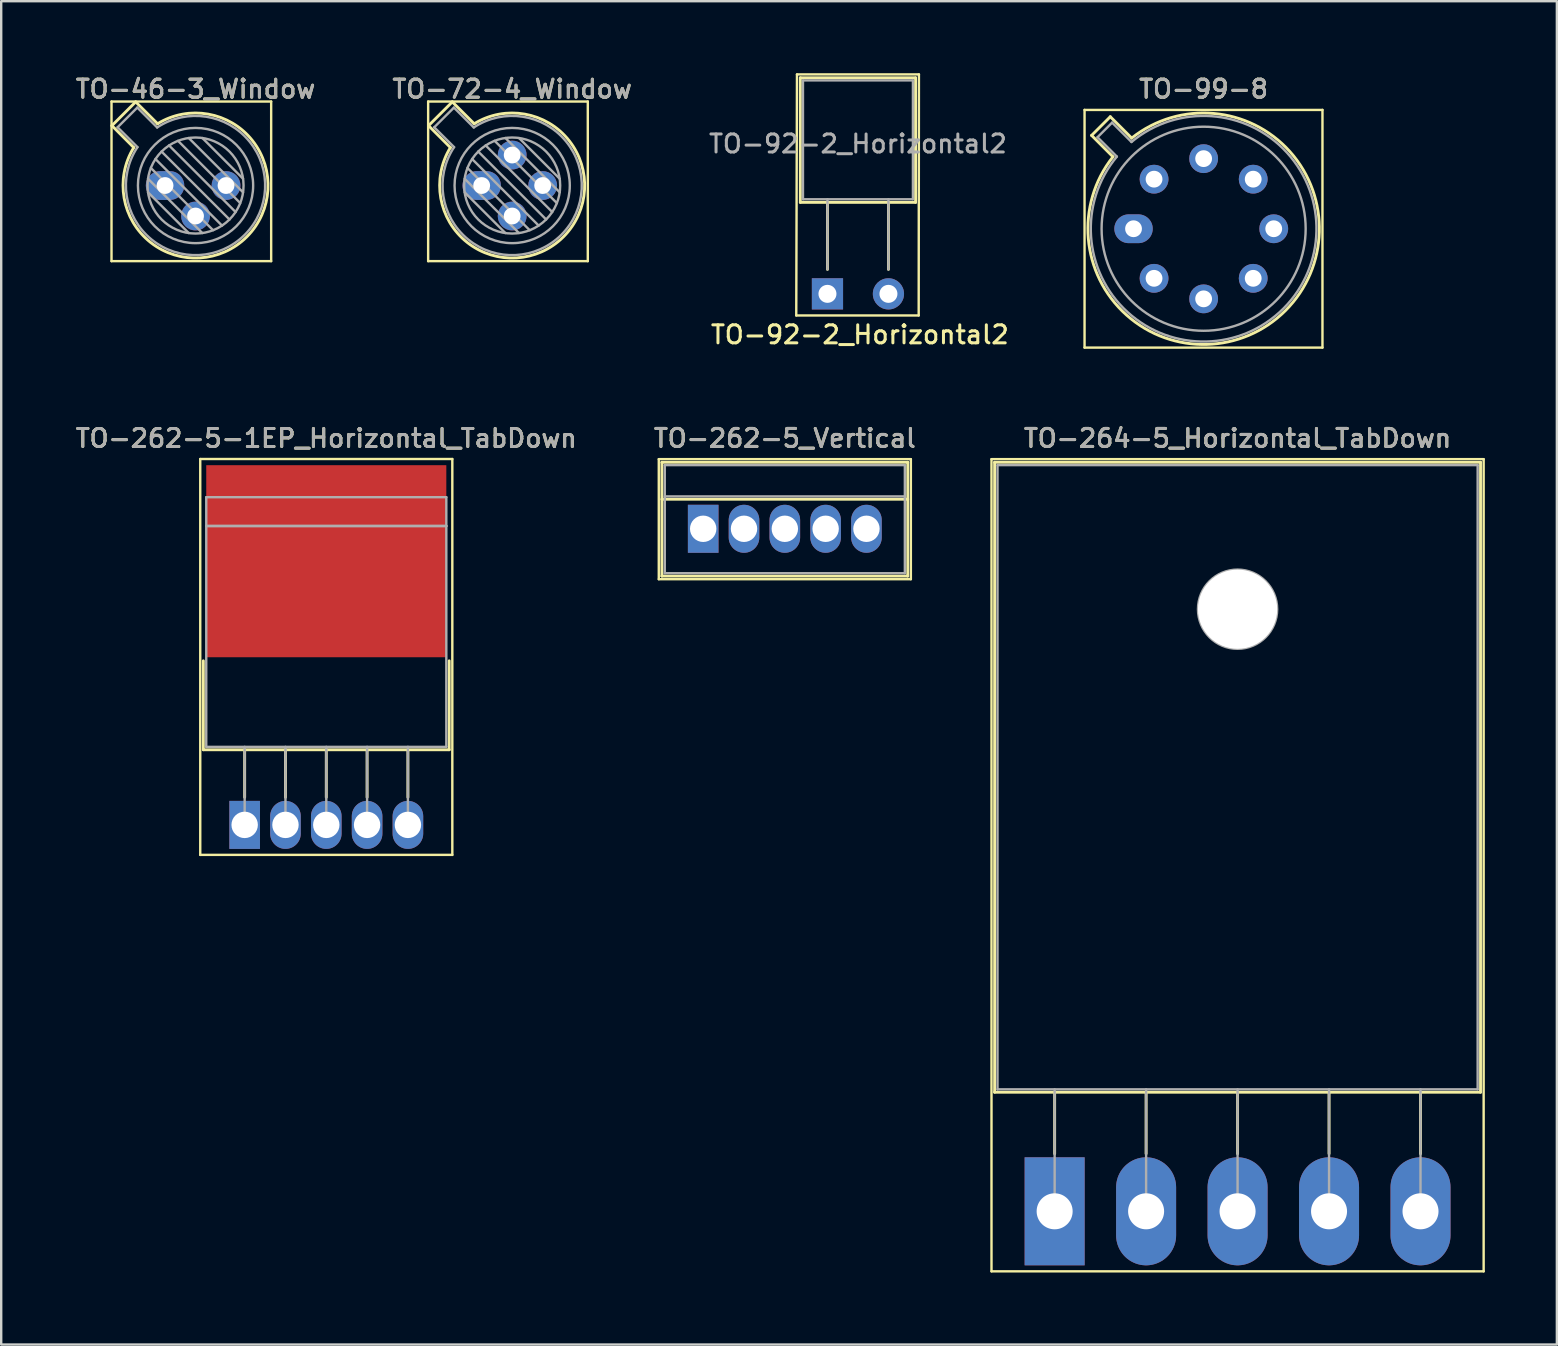
<source format=kicad_pcb>
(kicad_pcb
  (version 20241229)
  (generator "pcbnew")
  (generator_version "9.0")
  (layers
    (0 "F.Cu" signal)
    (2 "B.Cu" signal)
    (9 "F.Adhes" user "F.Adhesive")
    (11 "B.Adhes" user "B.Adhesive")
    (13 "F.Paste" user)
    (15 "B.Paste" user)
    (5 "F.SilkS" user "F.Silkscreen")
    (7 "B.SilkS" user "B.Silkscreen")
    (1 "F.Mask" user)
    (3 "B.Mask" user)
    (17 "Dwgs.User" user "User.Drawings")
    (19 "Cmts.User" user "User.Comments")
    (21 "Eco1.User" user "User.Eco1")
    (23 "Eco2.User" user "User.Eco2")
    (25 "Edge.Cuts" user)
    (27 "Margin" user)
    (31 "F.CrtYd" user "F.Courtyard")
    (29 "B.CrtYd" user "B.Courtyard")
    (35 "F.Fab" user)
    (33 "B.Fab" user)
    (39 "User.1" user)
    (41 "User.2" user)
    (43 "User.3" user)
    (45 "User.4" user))
  (footprint "TO-262-5_Vertical"
    (layer "F.Cu")
    (at 26.241 18.976)
    (property "Reference" "TO-262-5_Vertical" (at 3.4 -3.77 0) (layer "F.SilkS") (effects (font (size 0.75 0.75) (thickness 0.125))))
    (attr through_hole)
    (fp_line (start -1.85 -2.9) (end -1.85 2.1) (stroke (width 0.1) (type solid)) (layer "F.SilkS"))
    (fp_line (start -1.85 2.1) (end 8.65 2.1) (stroke (width 0.1) (type solid)) (layer "F.SilkS"))
    (fp_line (start -1.721 -2.77) (end -1.721 1.971) (stroke (width 0.12) (type solid)) (layer "F.SilkS"))
    (fp_line (start -1.721 -2.77) (end 8.52 -2.77) (stroke (width 0.12) (type solid)) (layer "F.SilkS"))
    (fp_line (start -1.721 -1.23) (end 8.52 -1.23) (stroke (width 0.12) (type solid)) (layer "F.SilkS"))
    (fp_line (start -1.721 1.971) (end 8.52 1.971) (stroke (width 0.12) (type solid)) (layer "F.SilkS"))
    (fp_line (start 8.52 -2.77) (end 8.52 1.971) (stroke (width 0.12) (type solid)) (layer "F.SilkS"))
    (fp_line (start 8.65 -2.9) (end -1.85 -2.9) (stroke (width 0.1) (type solid)) (layer "F.SilkS"))
    (fp_line (start 8.65 2.1) (end 8.65 -2.9) (stroke (width 0.1) (type solid)) (layer "F.SilkS"))
    (fp_line (start -1.6 -2.65) (end -1.6 1.85) (stroke (width 0.1) (type solid)) (layer "F.Fab"))
    (fp_line (start -1.6 -1.35) (end 8.4 -1.35) (stroke (width 0.1) (type solid)) (layer "F.Fab"))
    (fp_line (start -1.6 1.85) (end 8.4 1.85) (stroke (width 0.1) (type solid)) (layer "F.Fab"))
    (fp_line (start 8.4 -2.65) (end -1.6 -2.65) (stroke (width 0.1) (type solid)) (layer "F.Fab"))
    (fp_line (start 8.4 1.85) (end 8.4 -2.65) (stroke (width 0.1) (type solid)) (layer "F.Fab"))
    (fp_text user "${REFERENCE}" (at 3.4 -3.77 0) (layer "F.Fab") (effects (font (size 0.75 0.75) (thickness 0.125))))
    (pad "1" thru_hole rect (at 0 0) (size 1.275 2) (drill 1.1) (layers "*.Cu" "*.Mask"))
    (pad "2" thru_hole oval (at 1.7 0) (size 1.275 2) (drill 1.1) (layers "*.Cu" "*.Mask"))
    (pad "3" thru_hole oval (at 3.4 0) (size 1.275 2) (drill 1.1) (layers "*.Cu" "*.Mask"))
    (pad "4" thru_hole oval (at 5.1 0) (size 1.275 2) (drill 1.1) (layers "*.Cu" "*.Mask"))
    (pad "5" thru_hole oval (at 6.8 0) (size 1.275 2) (drill 1.1) (layers "*.Cu" "*.Mask")))
  (footprint "TO-264-5_Horizontal_TabDown"
    (layer "F.Cu")
    (at 40.88 47.406)
    (property "Reference" "TO-264-5_Horizontal_TabDown" (at 7.62 -32.2 0) (layer "F.SilkS") (effects (font (size 0.75 0.75) (thickness 0.125))))
    (attr through_hole)
    (fp_line (start -2.63 -31.33) (end -2.63 2.5) (stroke (width 0.1) (type solid)) (layer "F.SilkS"))
    (fp_line (start -2.63 2.5) (end 17.87 2.5) (stroke (width 0.1) (type solid)) (layer "F.SilkS"))
    (fp_line (start -2.5 -31.2) (end -2.5 -4.96) (stroke (width 0.12) (type solid)) (layer "F.SilkS"))
    (fp_line (start -2.5 -31.2) (end 17.74 -31.2) (stroke (width 0.12) (type solid)) (layer "F.SilkS"))
    (fp_line (start -2.5 -4.96) (end 17.74 -4.96) (stroke (width 0.12) (type solid)) (layer "F.SilkS"))
    (fp_line (start 0 -4.96) (end 0 -2.4) (stroke (width 0.12) (type solid)) (layer "F.SilkS"))
    (fp_line (start 3.81 -4.96) (end 3.81 -2.4) (stroke (width 0.12) (type solid)) (layer "F.SilkS"))
    (fp_line (start 7.62 -4.96) (end 7.62 -2.4) (stroke (width 0.12) (type solid)) (layer "F.SilkS"))
    (fp_line (start 11.43 -4.96) (end 11.43 -2.4) (stroke (width 0.12) (type solid)) (layer "F.SilkS"))
    (fp_line (start 15.24 -4.96) (end 15.24 -2.4) (stroke (width 0.12) (type solid)) (layer "F.SilkS"))
    (fp_line (start 17.74 -31.2) (end 17.74 -4.96) (stroke (width 0.12) (type solid)) (layer "F.SilkS"))
    (fp_line (start 17.87 -31.33) (end -2.63 -31.33) (stroke (width 0.1) (type solid)) (layer "F.SilkS"))
    (fp_line (start 17.87 2.5) (end 17.87 -31.33) (stroke (width 0.1) (type solid)) (layer "F.SilkS"))
    (fp_line (start -2.38 -31.08) (end 17.62 -31.08) (stroke (width 0.1) (type solid)) (layer "F.Fab"))
    (fp_line (start -2.38 -5.08) (end -2.38 -31.08) (stroke (width 0.1) (type solid)) (layer "F.Fab"))
    (fp_line (start 0 -5.08) (end 0 0) (stroke (width 0.1) (type solid)) (layer "F.Fab"))
    (fp_line (start 3.81 -5.08) (end 3.81 0) (stroke (width 0.1) (type solid)) (layer "F.Fab"))
    (fp_line (start 7.62 -5.08) (end 7.62 0) (stroke (width 0.1) (type solid)) (layer "F.Fab"))
    (fp_line (start 11.43 -5.08) (end 11.43 0) (stroke (width 0.1) (type solid)) (layer "F.Fab"))
    (fp_line (start 15.24 -5.08) (end 15.24 0) (stroke (width 0.1) (type solid)) (layer "F.Fab"))
    (fp_line (start 17.62 -31.08) (end 17.62 -5.08) (stroke (width 0.1) (type solid)) (layer "F.Fab"))
    (fp_line (start 17.62 -5.08) (end -2.38 -5.08) (stroke (width 0.1) (type solid)) (layer "F.Fab"))
    (fp_circle (center 7.62 -25.08) (end 9.27 -25.08) (stroke (width 0.1) (type solid)) (fill no) (layer "F.Fab"))
    (fp_text user "${REFERENCE}" (at 7.62 -32.2 0) (layer "F.Fab") (effects (font (size 0.75 0.75) (thickness 0.125))))
    (pad "" np_thru_hole circle (at 7.62 -25.08) (size 3.3 3.3) (drill 3.3) (layers "*.Cu" "*.Mask"))
    (pad "1" thru_hole rect (at 0 0) (size 2.5 4.5) (drill 1.5) (layers "*.Cu" "*.Mask"))
    (pad "2" thru_hole oval (at 3.81 0) (size 2.5 4.5) (drill 1.5) (layers "*.Cu" "*.Mask"))
    (pad "3" thru_hole oval (at 7.62 0) (size 2.5 4.5) (drill 1.5) (layers "*.Cu" "*.Mask"))
    (pad "4" thru_hole oval (at 11.43 0) (size 2.5 4.5) (drill 1.5) (layers "*.Cu" "*.Mask"))
    (pad "5" thru_hole oval (at 15.24 0) (size 2.5 4.5) (drill 1.5) (layers "*.Cu" "*.Mask")))
  (footprint "TO-99-8"
    (layer "F.Cu")
    (at 44.166 6.478)
    (property "Reference" "TO-99-8" (at 2.92 -5.82 0) (layer "F.SilkS") (effects (font (size 0.75 0.75) (thickness 0.125))))
    (attr through_hole)
    (fp_line (start -2.04 -4.95) (end -2.04 4.95) (stroke (width 0.1) (type solid)) (layer "F.SilkS"))
    (fp_line (start -2.04 4.95) (end 7.87 4.95) (stroke (width 0.1) (type solid)) (layer "F.SilkS"))
    (fp_line (start -1.746 -3.888) (end -0.855 -2.997) (stroke (width 0.12) (type solid)) (layer "F.SilkS"))
    (fp_line (start -0.968 -4.666) (end -1.746 -3.888) (stroke (width 0.12) (type solid)) (layer "F.SilkS"))
    (fp_line (start -0.077 -3.775) (end -0.968 -4.666) (stroke (width 0.12) (type solid)) (layer "F.SilkS"))
    (fp_line (start 7.87 -4.95) (end -2.04 -4.95) (stroke (width 0.1) (type solid)) (layer "F.SilkS"))
    (fp_line (start 7.87 4.95) (end 7.87 -4.95) (stroke (width 0.1) (type solid)) (layer "F.SilkS"))
    (fp_arc (start -0.077084 -3.774902) (mid 6.328255 3.408255) (end -0.854902 -2.997084) (stroke (width 0.12) (type solid)) (layer "F.SilkS"))
    (fp_line (start -1.5 -3.812) (end -0.694 -3.005) (stroke (width 0.1) (type solid)) (layer "F.Fab"))
    (fp_line (start -0.892 -4.42) (end -1.5 -3.812) (stroke (width 0.1) (type solid)) (layer "F.Fab"))
    (fp_line (start -0.085 -3.614) (end -0.892 -4.42) (stroke (width 0.1) (type solid)) (layer "F.Fab"))
    (fp_arc (start -0.085408 -3.61352) (mid 6.243402 3.323402) (end -0.69352 -3.005408) (stroke (width 0.1) (type solid)) (layer "F.Fab"))
    (fp_circle (center 2.92 0) (end 7.17 0) (stroke (width 0.1) (type solid)) (fill no) (layer "F.Fab"))
    (fp_text user "${REFERENCE}" (at 2.92 -5.82 0) (layer "F.Fab") (effects (font (size 0.75 0.75) (thickness 0.125))))
    (pad "1" thru_hole oval (at 0 0) (size 1.6 1.2) (drill 0.7) (layers "*.Cu" "*.Mask"))
    (pad "2" thru_hole circle (at 0.855 2.065) (size 1.2 1.2) (drill 0.7) (layers "*.Cu" "*.Mask"))
    (pad "3" thru_hole circle (at 2.92 2.92) (size 1.2 1.2) (drill 0.7) (layers "*.Cu" "*.Mask"))
    (pad "4" thru_hole circle (at 4.985 2.065) (size 1.2 1.2) (drill 0.7) (layers "*.Cu" "*.Mask"))
    (pad "5" thru_hole circle (at 5.84 0) (size 1.2 1.2) (drill 0.7) (layers "*.Cu" "*.Mask"))
    (pad "6" thru_hole circle (at 4.985 -2.065) (size 1.2 1.2) (drill 0.7) (layers "*.Cu" "*.Mask"))
    (pad "7" thru_hole circle (at 2.92 -2.92) (size 1.2 1.2) (drill 0.7) (layers "*.Cu" "*.Mask"))
    (pad "8" thru_hole circle (at 0.855 -2.065) (size 1.2 1.2) (drill 0.7) (layers "*.Cu" "*.Mask")))
  (footprint "TO-92-2_Horizontal2"
    (layer "F.Cu")
    (at 31.417 9.19)
    (property "Reference" "TO-92-2_Horizontal2" (at 1.35 1.7 0) (layer "F.SilkS") (effects (font (size 0.75 0.75) (thickness 0.125))))
    (attr through_hole)
    (fp_line (start -1.27 -9.14) (end -1.3 0.9) (stroke (width 0.1) (type solid)) (layer "F.SilkS"))
    (fp_line (start -1.27 -9.14) (end 3.81 -9.14) (stroke (width 0.1) (type solid)) (layer "F.SilkS"))
    (fp_line (start -1.13 -9) (end -1.13 -3.81) (stroke (width 0.12) (type solid)) (layer "F.SilkS"))
    (fp_line (start -1.13 -3.81) (end 3.67 -3.81) (stroke (width 0.12) (type solid)) (layer "F.SilkS"))
    (fp_line (start 0 -1.02) (end 0 -3.81) (stroke (width 0.12) (type solid)) (layer "F.SilkS"))
    (fp_line (start 2.54 -1.02) (end 2.54 -3.81) (stroke (width 0.12) (type solid)) (layer "F.SilkS"))
    (fp_line (start 3.67 -9) (end -1.13 -9) (stroke (width 0.12) (type solid)) (layer "F.SilkS"))
    (fp_line (start 3.67 -3.81) (end 3.67 -9) (stroke (width 0.12) (type solid)) (layer "F.SilkS"))
    (fp_line (start 3.8 0.9) (end -1.3 0.9) (stroke (width 0.1) (type solid)) (layer "F.SilkS"))
    (fp_line (start 3.8 0.9) (end 3.81 -9.14) (stroke (width 0.1) (type solid)) (layer "F.SilkS"))
    (fp_line (start -1.02 -8.89) (end -1.02 -3.94) (stroke (width 0.1) (type solid)) (layer "F.Fab"))
    (fp_line (start -1.02 -3.94) (end 3.56 -3.94) (stroke (width 0.1) (type solid)) (layer "F.Fab"))
    (fp_line (start 0 -3.94) (end 0 -1.02) (stroke (width 0.1) (type solid)) (layer "F.Fab"))
    (fp_line (start 2.54 -3.94) (end 2.54 -1.02) (stroke (width 0.1) (type solid)) (layer "F.Fab"))
    (fp_line (start 3.56 -8.89) (end -1.02 -8.89) (stroke (width 0.1) (type solid)) (layer "F.Fab"))
    (fp_line (start 3.56 -3.94) (end 3.56 -8.89) (stroke (width 0.1) (type solid)) (layer "F.Fab"))
    (fp_text user "${REFERENCE}" (at 1.27 -6.25 0) (layer "F.Fab") (effects (font (size 0.75 0.75) (thickness 0.125))))
    (pad "1" thru_hole rect (at 0 0 270) (size 1.3 1.3) (drill 0.75) (layers "*.Cu" "*.Mask"))
    (pad "2" thru_hole circle (at 2.54 0 270) (size 1.3 1.3) (drill 0.75) (layers "*.Cu" "*.Mask")))
  (footprint "TO-72-4_Window"
    (layer "F.Cu")
    (at 17.014 4.678)
    (property "Reference" "TO-72-4_Window" (at 1.27 -4.02 0) (layer "F.SilkS") (effects (font (size 0.75 0.75) (thickness 0.125))))
    (attr through_hole)
    (fp_line (start -2.23 -3.5) (end -2.23 3.15) (stroke (width 0.1) (type solid)) (layer "F.SilkS"))
    (fp_line (start -2.23 3.15) (end 4.42 3.15) (stroke (width 0.1) (type solid)) (layer "F.SilkS"))
    (fp_line (start -2.214 -2.494) (end -1.302 -1.582) (stroke (width 0.12) (type solid)) (layer "F.SilkS"))
    (fp_line (start -1.224 -3.484) (end -2.214 -2.494) (stroke (width 0.12) (type solid)) (layer "F.SilkS"))
    (fp_line (start -0.312 -2.572) (end -1.224 -3.484) (stroke (width 0.12) (type solid)) (layer "F.SilkS"))
    (fp_line (start 4.42 -3.5) (end -2.23 -3.5) (stroke (width 0.1) (type solid)) (layer "F.SilkS"))
    (fp_line (start 4.42 3.15) (end 4.42 -3.5) (stroke (width 0.1) (type solid)) (layer "F.SilkS"))
    (fp_arc (start -0.312331 -2.572281) (mid 3.405462 2.135462) (end -1.302281 -1.582331) (stroke (width 0.12) (type solid)) (layer "F.SilkS"))
    (fp_line (start -1.977 -2.426) (end -1.149 -1.599) (stroke (width 0.1) (type solid)) (layer "F.Fab"))
    (fp_line (start -1.156 -3.247) (end -1.977 -2.426) (stroke (width 0.1) (type solid)) (layer "F.Fab"))
    (fp_line (start -0.71 -0.283) (end 1.553 1.98) (stroke (width 0.1) (type solid)) (layer "F.Fab"))
    (fp_line (start -0.71 0.283) (end 0.987 1.98) (stroke (width 0.1) (type solid)) (layer "F.Fab"))
    (fp_line (start -0.592 -0.731) (end 2.001 1.862) (stroke (width 0.1) (type solid)) (layer "F.Fab"))
    (fp_line (start -0.399 -1.103) (end 2.373 1.669) (stroke (width 0.1) (type solid)) (layer "F.Fab"))
    (fp_line (start -0.329 -2.419) (end -1.156 -3.247) (stroke (width 0.1) (type solid)) (layer "F.Fab"))
    (fp_line (start -0.145 -1.415) (end 2.685 1.415) (stroke (width 0.1) (type solid)) (layer "F.Fab"))
    (fp_line (start 0.167 -1.669) (end 2.939 1.103) (stroke (width 0.1) (type solid)) (layer "F.Fab"))
    (fp_line (start 0.539 -1.862) (end 3.132 0.731) (stroke (width 0.1) (type solid)) (layer "F.Fab"))
    (fp_line (start 0.987 -1.98) (end 3.25 0.283) (stroke (width 0.1) (type solid)) (layer "F.Fab"))
    (fp_line (start 1.553 -1.98) (end 3.25 -0.283) (stroke (width 0.1) (type solid)) (layer "F.Fab"))
    (fp_arc (start -0.329057 -2.419301) (mid 3.32061 2.05061) (end -1.149301 -1.599057) (stroke (width 0.1) (type solid)) (layer "F.Fab"))
    (fp_circle (center 1.27 0) (end 3.27 0) (stroke (width 0.1) (type solid)) (fill no) (layer "F.Fab"))
    (fp_circle (center 1.27 0) (end 3.67 0) (stroke (width 0.1) (type solid)) (fill no) (layer "F.Fab"))
    (fp_text user "${REFERENCE}" (at 1.27 -4.02 0) (layer "F.Fab") (effects (font (size 0.75 0.75) (thickness 0.125))))
    (pad "1" thru_hole oval (at 0 0) (size 1.6 1.2) (drill 0.7) (layers "*.Cu" "*.Mask"))
    (pad "2" thru_hole circle (at 1.27 1.27) (size 1.2 1.2) (drill 0.7) (layers "*.Cu" "*.Mask"))
    (pad "3" thru_hole circle (at 2.54 0) (size 1.2 1.2) (drill 0.7) (layers "*.Cu" "*.Mask"))
    (pad "4" thru_hole circle (at 1.27 -1.27) (size 1.2 1.2) (drill 0.7) (layers "*.Cu" "*.Mask")))
  (footprint "TO-46-3_Window"
    (layer "F.Cu")
    (at 3.825 4.678)
    (property "Reference" "TO-46-3_Window" (at 1.27 -4.02 0) (layer "F.SilkS") (effects (font (size 0.75 0.75) (thickness 0.125))))
    (attr through_hole)
    (fp_line (start -2.23 -3.5) (end -2.23 3.15) (stroke (width 0.1) (type solid)) (layer "F.SilkS"))
    (fp_line (start -2.23 3.15) (end 4.42 3.15) (stroke (width 0.1) (type solid)) (layer "F.SilkS"))
    (fp_line (start -2.214 -2.494) (end -1.302 -1.582) (stroke (width 0.12) (type solid)) (layer "F.SilkS"))
    (fp_line (start -1.224 -3.484) (end -2.214 -2.494) (stroke (width 0.12) (type solid)) (layer "F.SilkS"))
    (fp_line (start -0.312 -2.572) (end -1.224 -3.484) (stroke (width 0.12) (type solid)) (layer "F.SilkS"))
    (fp_line (start 4.42 -3.5) (end -2.23 -3.5) (stroke (width 0.1) (type solid)) (layer "F.SilkS"))
    (fp_line (start 4.42 3.15) (end 4.42 -3.5) (stroke (width 0.1) (type solid)) (layer "F.SilkS"))
    (fp_arc (start -0.312331 -2.572281) (mid 3.405462 2.135462) (end -1.302281 -1.582331) (stroke (width 0.12) (type solid)) (layer "F.SilkS"))
    (fp_line (start -1.977 -2.426) (end -1.149 -1.599) (stroke (width 0.1) (type solid)) (layer "F.Fab"))
    (fp_line (start -1.156 -3.247) (end -1.977 -2.426) (stroke (width 0.1) (type solid)) (layer "F.Fab"))
    (fp_line (start -0.71 -0.283) (end 1.553 1.98) (stroke (width 0.1) (type solid)) (layer "F.Fab"))
    (fp_line (start -0.71 0.283) (end 0.987 1.98) (stroke (width 0.1) (type solid)) (layer "F.Fab"))
    (fp_line (start -0.592 -0.731) (end 2.001 1.862) (stroke (width 0.1) (type solid)) (layer "F.Fab"))
    (fp_line (start -0.399 -1.103) (end 2.373 1.669) (stroke (width 0.1) (type solid)) (layer "F.Fab"))
    (fp_line (start -0.329 -2.419) (end -1.156 -3.247) (stroke (width 0.1) (type solid)) (layer "F.Fab"))
    (fp_line (start -0.145 -1.415) (end 2.685 1.415) (stroke (width 0.1) (type solid)) (layer "F.Fab"))
    (fp_line (start 0.167 -1.669) (end 2.939 1.103) (stroke (width 0.1) (type solid)) (layer "F.Fab"))
    (fp_line (start 0.539 -1.862) (end 3.132 0.731) (stroke (width 0.1) (type solid)) (layer "F.Fab"))
    (fp_line (start 0.987 -1.98) (end 3.25 0.283) (stroke (width 0.1) (type solid)) (layer "F.Fab"))
    (fp_line (start 1.553 -1.98) (end 3.25 -0.283) (stroke (width 0.1) (type solid)) (layer "F.Fab"))
    (fp_arc (start -0.329057 -2.419301) (mid 3.32061 2.05061) (end -1.149301 -1.599057) (stroke (width 0.1) (type solid)) (layer "F.Fab"))
    (fp_circle (center 1.27 0) (end 3.27 0) (stroke (width 0.1) (type solid)) (fill no) (layer "F.Fab"))
    (fp_circle (center 1.27 0) (end 3.67 0) (stroke (width 0.1) (type solid)) (fill no) (layer "F.Fab"))
    (fp_text user "${REFERENCE}" (at 1.27 -4.02 0) (layer "F.Fab") (effects (font (size 0.75 0.75) (thickness 0.125))))
    (pad "1" thru_hole oval (at 0 0) (size 1.6 1.2) (drill 0.7) (layers "*.Cu" "*.Mask"))
    (pad "2" thru_hole circle (at 1.27 1.27) (size 1.2 1.2) (drill 0.7) (layers "*.Cu" "*.Mask"))
    (pad "3" thru_hole circle (at 2.54 0) (size 1.2 1.2) (drill 0.7) (layers "*.Cu" "*.Mask")))
  (footprint "TO-262-5-1EP_Horizontal_TabDown"
    (layer "F.Cu")
    (at 7.141 31.31)
    (property "Reference" "TO-262-5-1EP_Horizontal_TabDown" (at 3.4 -16.103 0) (layer "F.SilkS") (effects (font (size 0.75 0.75) (thickness 0.125))))
    (attr through_hole)
    (fp_line (start -1.85 -15.24) (end -1.85 1.25) (stroke (width 0.1) (type solid)) (layer "F.SilkS"))
    (fp_line (start -1.85 1.25) (end 8.65 1.25) (stroke (width 0.1) (type solid)) (layer "F.SilkS"))
    (fp_line (start -1.721 -6.834) (end -1.721 -3.13) (stroke (width 0.12) (type solid)) (layer "F.SilkS"))
    (fp_line (start -1.721 -3.13) (end 8.52 -3.13) (stroke (width 0.12) (type solid)) (layer "F.SilkS"))
    (fp_line (start 0 -3.13) (end 0 -1.15) (stroke (width 0.12) (type solid)) (layer "F.SilkS"))
    (fp_line (start 1.7 -3.13) (end 1.7 -1.15) (stroke (width 0.12) (type solid)) (layer "F.SilkS"))
    (fp_line (start 3.4 -3.13) (end 3.4 -1.15) (stroke (width 0.12) (type solid)) (layer "F.SilkS"))
    (fp_line (start 5.1 -3.13) (end 5.1 -1.15) (stroke (width 0.12) (type solid)) (layer "F.SilkS"))
    (fp_line (start 6.8 -3.13) (end 6.8 -1.15) (stroke (width 0.12) (type solid)) (layer "F.SilkS"))
    (fp_line (start 8.52 -6.834) (end 8.52 -3.13) (stroke (width 0.12) (type solid)) (layer "F.SilkS"))
    (fp_line (start 8.65 -15.24) (end -1.85 -15.24) (stroke (width 0.1) (type solid)) (layer "F.SilkS"))
    (fp_line (start 8.65 1.25) (end 8.65 -15.24) (stroke (width 0.1) (type solid)) (layer "F.SilkS"))
    (fp_line (start -1.6 -13.65) (end 8.4 -13.65) (stroke (width 0.1) (type solid)) (layer "F.Fab"))
    (fp_line (start -1.6 -12.45) (end -1.6 -13.65) (stroke (width 0.1) (type solid)) (layer "F.Fab"))
    (fp_line (start -1.6 -12.45) (end 8.4 -12.45) (stroke (width 0.1) (type solid)) (layer "F.Fab"))
    (fp_line (start -1.6 -3.25) (end -1.6 -12.45) (stroke (width 0.1) (type solid)) (layer "F.Fab"))
    (fp_line (start 0 -3.25) (end 0 0) (stroke (width 0.1) (type solid)) (layer "F.Fab"))
    (fp_line (start 1.7 -3.25) (end 1.7 0) (stroke (width 0.1) (type solid)) (layer "F.Fab"))
    (fp_line (start 3.4 -3.25) (end 3.4 0) (stroke (width 0.1) (type solid)) (layer "F.Fab"))
    (fp_line (start 5.1 -3.25) (end 5.1 0) (stroke (width 0.1) (type solid)) (layer "F.Fab"))
    (fp_line (start 6.8 -3.25) (end 6.8 0) (stroke (width 0.1) (type solid)) (layer "F.Fab"))
    (fp_line (start 8.4 -13.65) (end 8.4 -12.45) (stroke (width 0.1) (type solid)) (layer "F.Fab"))
    (fp_line (start 8.4 -12.45) (end -1.6 -12.45) (stroke (width 0.1) (type solid)) (layer "F.Fab"))
    (fp_line (start 8.4 -12.45) (end 8.4 -3.25) (stroke (width 0.1) (type solid)) (layer "F.Fab"))
    (fp_line (start 8.4 -3.25) (end -1.6 -3.25) (stroke (width 0.1) (type solid)) (layer "F.Fab"))
    (fp_text user "${REFERENCE}" (at 3.4 -16.103 0) (layer "F.Fab") (effects (font (size 0.75 0.75) (thickness 0.125))))
    (pad "1" thru_hole rect (at 0 0) (size 1.275 2) (drill 1.1) (layers "*.Cu" "*.Mask"))
    (pad "2" thru_hole oval (at 1.7 0) (size 1.275 2) (drill 1.1) (layers "*.Cu" "*.Mask"))
    (pad "3" thru_hole oval (at 3.4 0) (size 1.275 2) (drill 1.1) (layers "*.Cu" "*.Mask"))
    (pad "4" thru_hole oval (at 5.1 0) (size 1.275 2) (drill 1.1) (layers "*.Cu" "*.Mask"))
    (pad "5" thru_hole oval (at 6.8 0) (size 1.275 2) (drill 1.1) (layers "*.Cu" "*.Mask"))
    (pad "6" smd rect (at 3.4 -10.983) (size 10 8) (layers "F.Cu" "F.Mask" "F.Paste")))
  (gr_rect
    (start -3 -3)
    (end 61.8 52.956)
    (stroke (width 0.1) (type default))
    (fill no)
    (layer "Edge.Cuts")))
</source>
